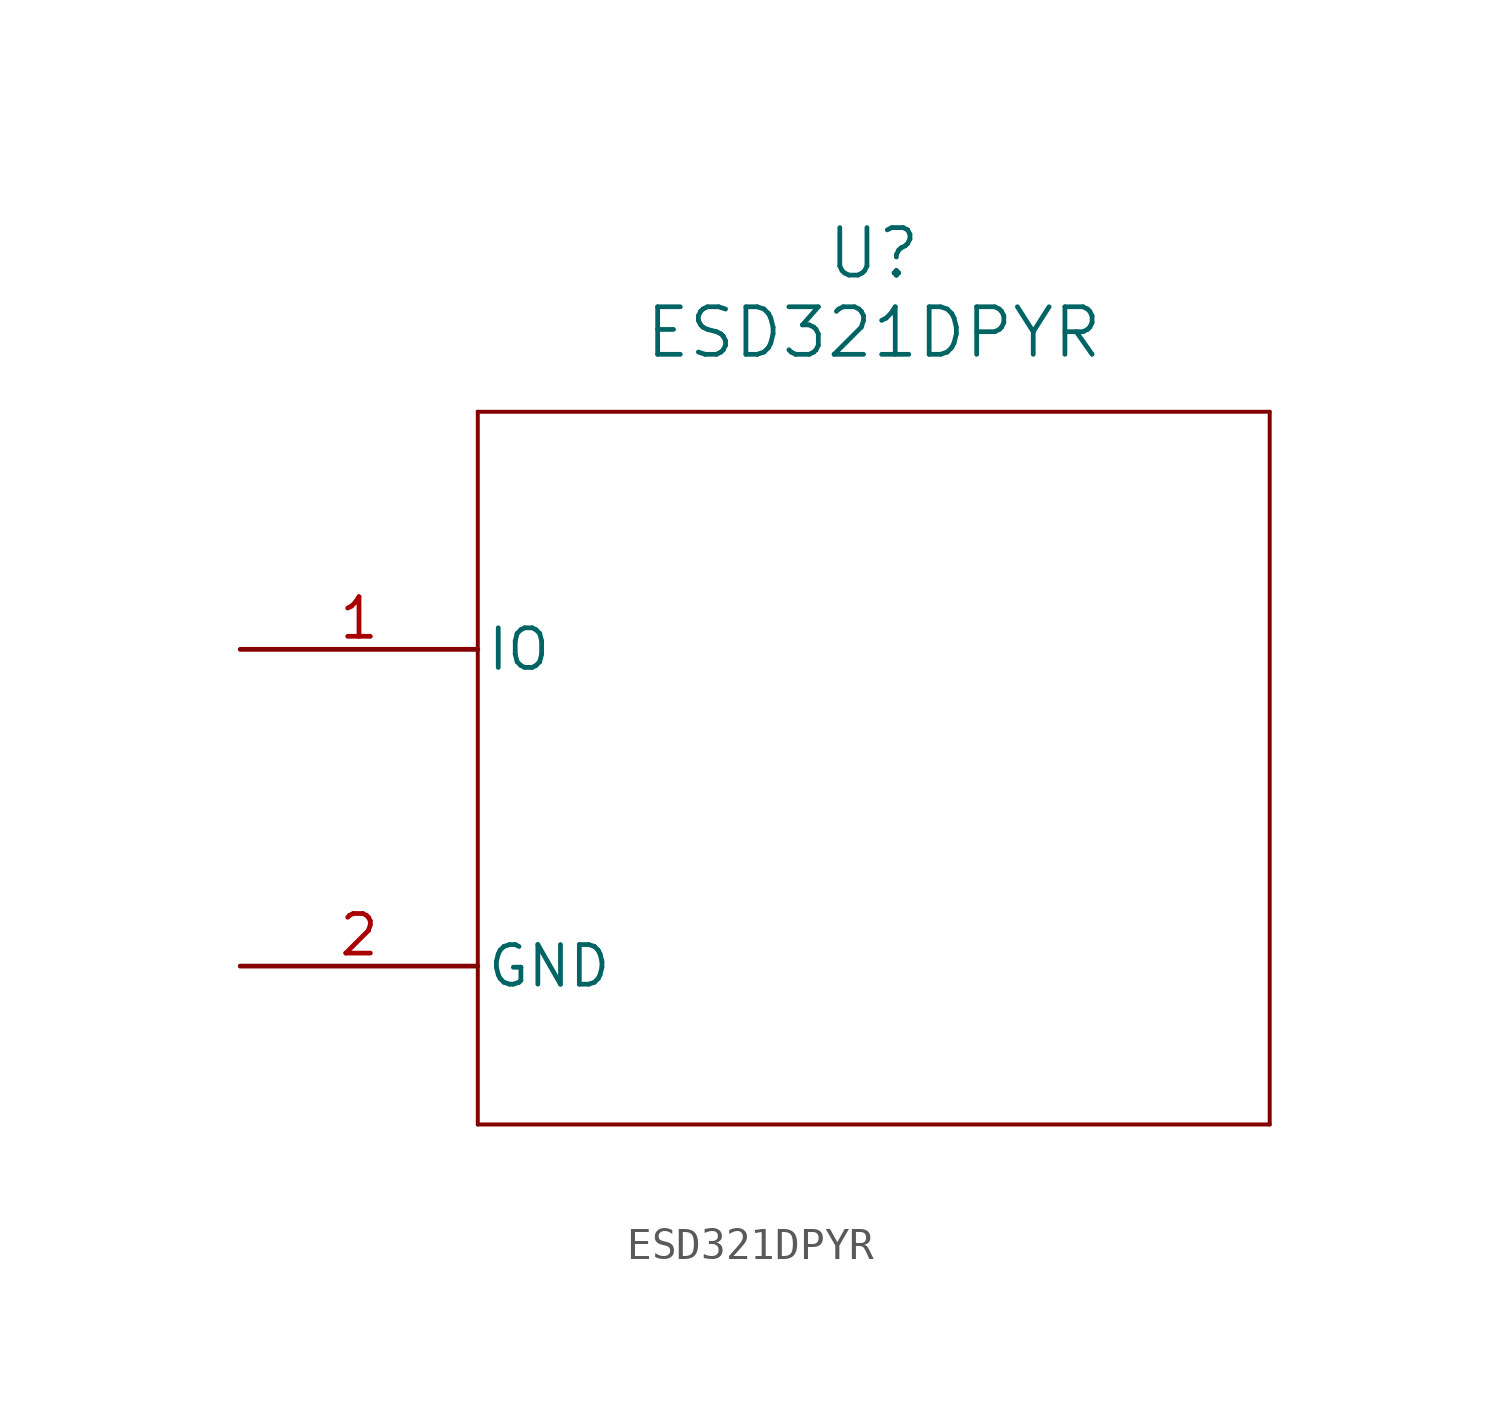
<source format=kicad_sym>
(kicad_symbol_lib
  (version 20211014)
  (generator kicad_symbol_editor)
  (symbol "ESD321DPYR"
    (pin_names
      (offset 0.254))
    (property "Reference" "U"
      (at 20.32 12.7 0)
      (effects (font (size 1.524 1.524))))
    (property "Value" "ESD321DPYR"
      (at 20.32 10.16 0)
      (effects (font (size 1.524 1.524))))
    (symbol "ESD321DPYR_0_1"
      (polyline (pts (xy 7.62 7.62) (xy 7.62 -15.24)) (stroke (width 0.127) (type default) (color 0 0 0 0)) (fill (type none)))
      (polyline (pts (xy 7.62 -15.24) (xy 33.02 -15.24)) (stroke (width 0.127) (type default) (color 0 0 0 0)) (fill (type none)))
      (polyline (pts (xy 33.02 -15.24) (xy 33.02 7.62)) (stroke (width 0.127) (type default) (color 0 0 0 0)) (fill (type none)))
      (polyline (pts (xy 33.02 7.62) (xy 7.62 7.62)) (stroke (width 0.127) (type default) (color 0 0 0 0)) (fill (type none)))
      (pin bidirectional line (at 0 0 0) (length 7.62) (name "IO" (effects (font (size 1.27 1.27)))) (number "1" (effects (font (size 1.27 1.27)))))
      (pin power_in line (at 0 -10.16 0) (length 7.62) (name "GND" (effects (font (size 1.27 1.27)))) (number "2" (effects (font (size 1.27 1.27))))))))
</source>
